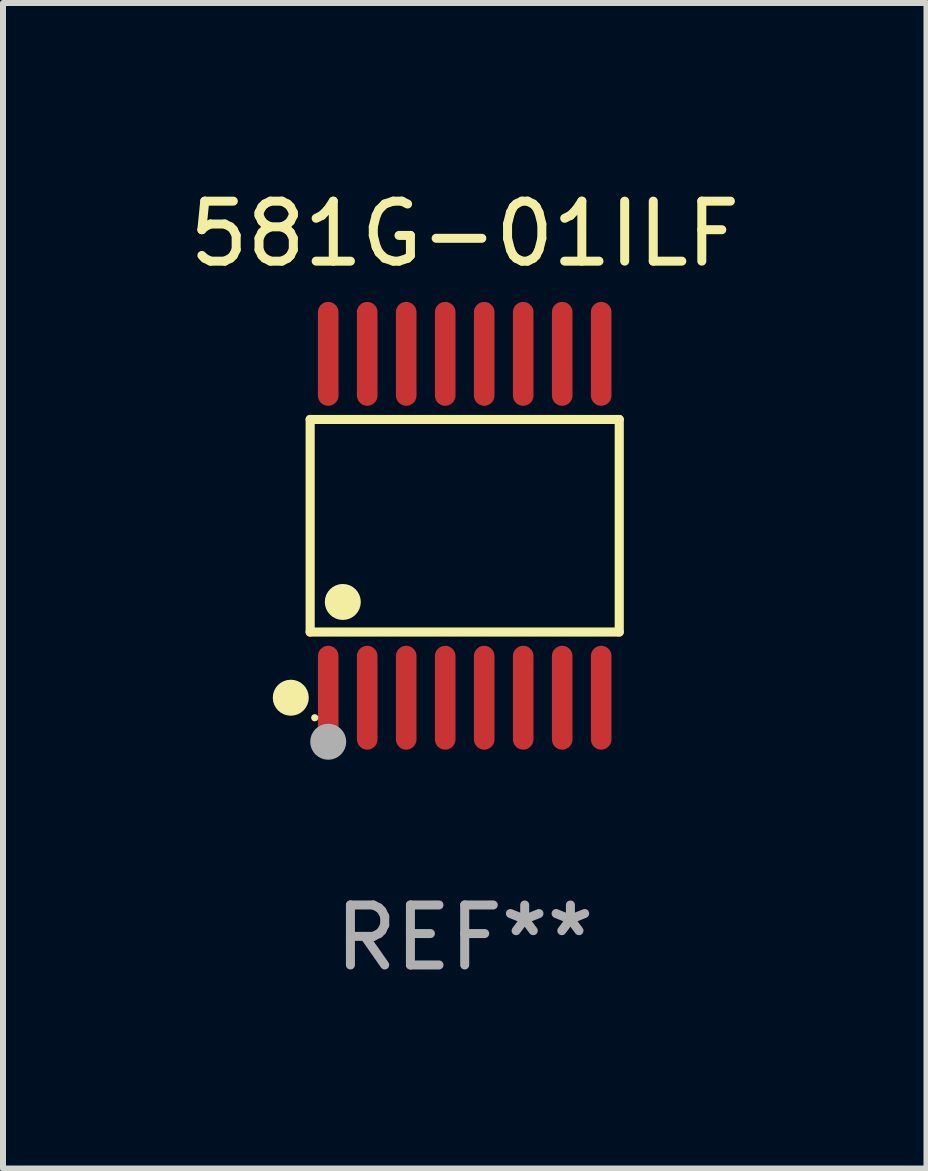
<source format=kicad_pcb>
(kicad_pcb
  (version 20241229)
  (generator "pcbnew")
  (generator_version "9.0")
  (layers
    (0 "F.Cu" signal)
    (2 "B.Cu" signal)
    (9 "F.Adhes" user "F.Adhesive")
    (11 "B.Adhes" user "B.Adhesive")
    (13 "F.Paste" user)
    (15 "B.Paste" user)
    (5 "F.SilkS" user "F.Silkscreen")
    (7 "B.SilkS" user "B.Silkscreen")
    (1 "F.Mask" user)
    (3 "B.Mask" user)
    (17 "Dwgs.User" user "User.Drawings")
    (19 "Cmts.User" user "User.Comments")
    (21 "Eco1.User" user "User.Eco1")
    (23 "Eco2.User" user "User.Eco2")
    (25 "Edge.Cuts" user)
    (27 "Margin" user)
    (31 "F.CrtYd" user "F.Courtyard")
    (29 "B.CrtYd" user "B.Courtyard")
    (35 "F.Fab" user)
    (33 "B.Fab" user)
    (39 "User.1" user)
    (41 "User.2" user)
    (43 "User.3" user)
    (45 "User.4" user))
  (footprint "581G-01ILF"
    (layer "F.Cu")
    (at 4.696 5.714)
    (property "Reference" "581G-01ILF" (at 0 -4.866 0) (layer "F.SilkS") (effects (font (size 1 1) (thickness 0.15))))
    (attr through_hole)
    (fp_line (start -2.576 -1.772) (end 2.576 -1.772) (stroke (width 0.152) (type solid)) (layer "F.SilkS"))
    (fp_line (start -2.576 1.771) (end -2.576 -1.772) (stroke (width 0.152) (type solid)) (layer "F.SilkS"))
    (fp_line (start 2.576 -1.772) (end 2.576 1.771) (stroke (width 0.152) (type solid)) (layer "F.SilkS"))
    (fp_line (start 2.576 1.771) (end -2.576 1.771) (stroke (width 0.152) (type solid)) (layer "F.SilkS"))
    (fp_circle (center -2.899 2.866) (end -2.749 2.866) (stroke (width 0.3) (type solid)) (fill no) (layer "F.SilkS"))
    (fp_circle (center -2.5 3.2) (end -2.47 3.2) (stroke (width 0.06) (type solid)) (fill no) (layer "F.SilkS"))
    (fp_circle (center -2.032 1.27) (end -1.882 1.27) (stroke (width 0.3) (type solid)) (fill no) (layer "F.SilkS"))
    (fp_circle (center -2.275 3.6) (end -2.125 3.6) (stroke (width 0.3) (type solid)) (fill no) (layer "F.Fab"))
    (fp_text user "REF**" (at 0 6.866 0) (layer "F.Fab") (effects (font (size 1 1) (thickness 0.15))))
    (pad "1" smd oval (at -2.275 2.866) (size 0.343 1.731) (layers "F.Cu" "F.Mask" "F.Paste"))
    (pad "2" smd oval (at -1.625 2.866) (size 0.343 1.731) (layers "F.Cu" "F.Mask" "F.Paste"))
    (pad "3" smd oval (at -0.975 2.866) (size 0.343 1.731) (layers "F.Cu" "F.Mask" "F.Paste"))
    (pad "4" smd oval (at -0.325 2.866) (size 0.343 1.731) (layers "F.Cu" "F.Mask" "F.Paste"))
    (pad "5" smd oval (at 0.325 2.866) (size 0.343 1.731) (layers "F.Cu" "F.Mask" "F.Paste"))
    (pad "6" smd oval (at 0.975 2.866) (size 0.343 1.731) (layers "F.Cu" "F.Mask" "F.Paste"))
    (pad "7" smd oval (at 1.625 2.866) (size 0.343 1.731) (layers "F.Cu" "F.Mask" "F.Paste"))
    (pad "8" smd oval (at 2.275 2.866) (size 0.343 1.731) (layers "F.Cu" "F.Mask" "F.Paste"))
    (pad "9" smd oval (at 2.275 -2.866) (size 0.343 1.731) (layers "F.Cu" "F.Mask" "F.Paste"))
    (pad "10" smd oval (at 1.625 -2.866) (size 0.343 1.731) (layers "F.Cu" "F.Mask" "F.Paste"))
    (pad "11" smd oval (at 0.975 -2.866) (size 0.343 1.731) (layers "F.Cu" "F.Mask" "F.Paste"))
    (pad "12" smd oval (at 0.325 -2.866) (size 0.343 1.731) (layers "F.Cu" "F.Mask" "F.Paste"))
    (pad "13" smd oval (at -0.325 -2.866) (size 0.343 1.731) (layers "F.Cu" "F.Mask" "F.Paste"))
    (pad "14" smd oval (at -0.975 -2.866) (size 0.343 1.731) (layers "F.Cu" "F.Mask" "F.Paste"))
    (pad "15" smd oval (at -1.625 -2.866) (size 0.343 1.731) (layers "F.Cu" "F.Mask" "F.Paste"))
    (pad "16" smd oval (at -2.275 -2.866) (size 0.343 1.731) (layers "F.Cu" "F.Mask" "F.Paste")))
  (gr_rect
    (start -3 -3)
    (end 12.393 16.428)
    (stroke (width 0.1) (type default))
    (fill no)
    (layer "Edge.Cuts")))
</source>
